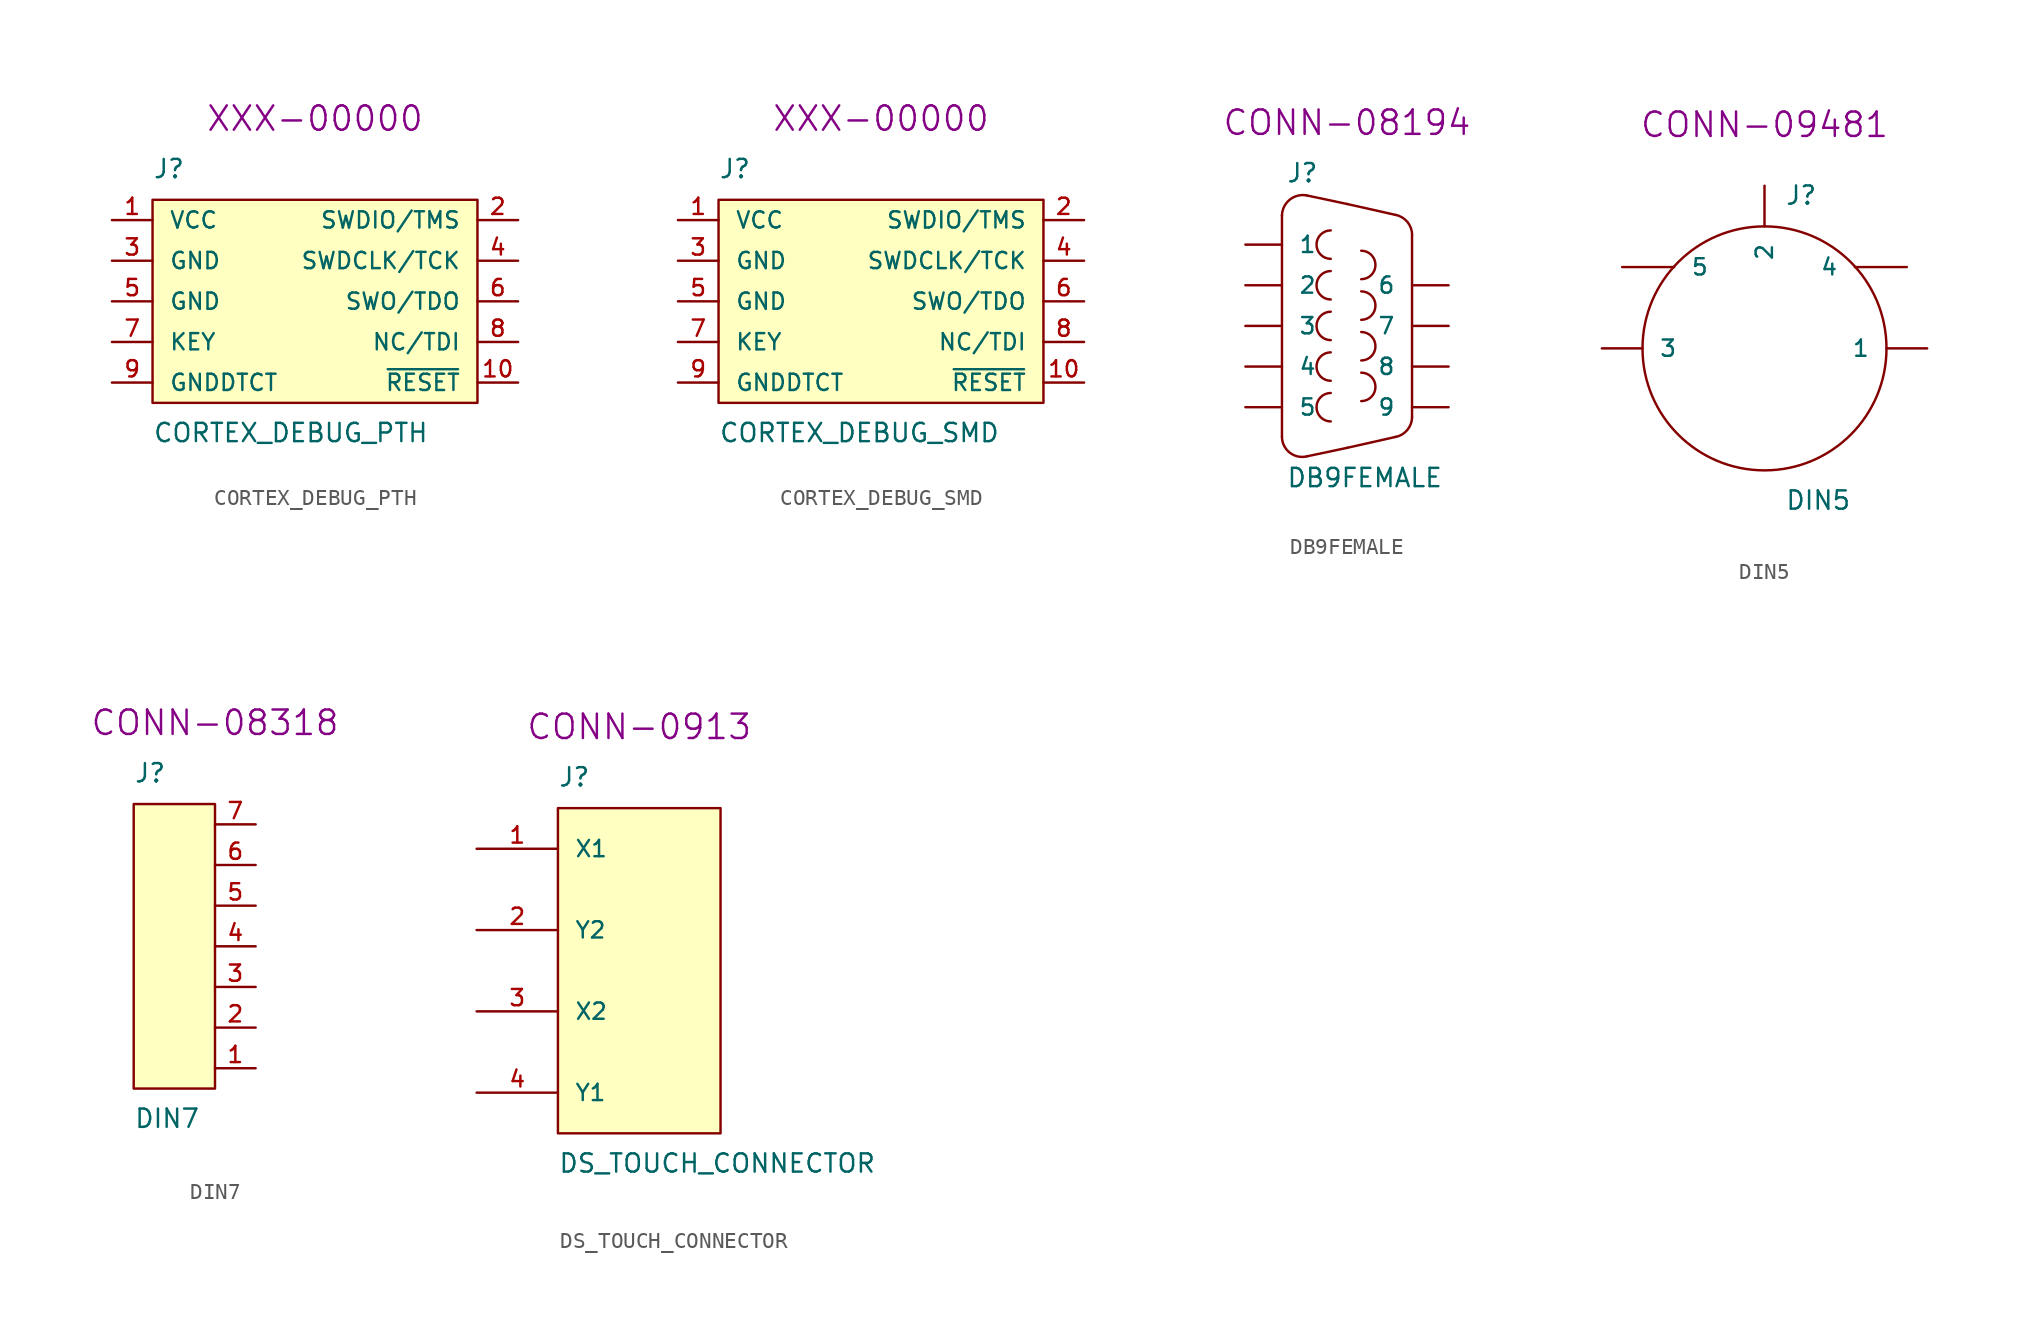
<source format=kicad_sym>
(kicad_symbol_lib
  (version 20220914)
  (generator kicad_symbol_editor)
  (symbol "CORTEX_DEBUG_PTH"
    (pin_names
      (offset 1.016))
    (property "Reference" "J"
      (at -10.16 7.62 0)
      (effects (font (size 1.143 1.143)) (justify left bottom)))
    (property "Value" "CORTEX_DEBUG_PTH"
      (at -10.16 -8.89 0)
      (effects (font (size 1.143 1.143)) (justify left bottom)))
    (property "Field4" "XXX-00000"
      (at 0 11.43 0)
      (effects (font (size 1.524 1.524))))
    (property "ki_locked" ""
      (at 0 0 0)
      (effects (font (size 1.27 1.27))))
    (symbol "CORTEX_DEBUG_PTH_1_1"
      (polyline (pts (xy -10.16 -6.35) (xy -10.16 6.35) (xy 10.16 6.35) (xy 10.16 -6.35) (xy -10.16 -6.35)) (stroke (width 0) (type solid)) (fill (type background)))
      (pin bidirectional line (at -12.7 5.08 0) (length 2.54) (name "VCC" (effects (font (size 1.016 1.016)))) (number "1" (effects (font (size 1.016 1.016)))))
      (pin bidirectional line (at 12.7 -5.08 180) (length 2.54) (name "~{RESET}" (effects (font (size 1.016 1.016)))) (number "10" (effects (font (size 1.016 1.016)))))
      (pin bidirectional line (at 12.7 5.08 180) (length 2.54) (name "SWDIO/TMS" (effects (font (size 1.016 1.016)))) (number "2" (effects (font (size 1.016 1.016)))))
      (pin bidirectional line (at -12.7 2.54 0) (length 2.54) (name "GND" (effects (font (size 1.016 1.016)))) (number "3" (effects (font (size 1.016 1.016)))))
      (pin bidirectional line (at 12.7 2.54 180) (length 2.54) (name "SWDCLK/TCK" (effects (font (size 1.016 1.016)))) (number "4" (effects (font (size 1.016 1.016)))))
      (pin bidirectional line (at -12.7 0 0) (length 2.54) (name "GND" (effects (font (size 1.016 1.016)))) (number "5" (effects (font (size 1.016 1.016)))))
      (pin bidirectional line (at 12.7 0 180) (length 2.54) (name "SWO/TDO" (effects (font (size 1.016 1.016)))) (number "6" (effects (font (size 1.016 1.016)))))
      (pin bidirectional line (at -12.7 -2.54 0) (length 2.54) (name "KEY" (effects (font (size 1.016 1.016)))) (number "7" (effects (font (size 1.016 1.016)))))
      (pin bidirectional line (at 12.7 -2.54 180) (length 2.54) (name "NC/TDI" (effects (font (size 1.016 1.016)))) (number "8" (effects (font (size 1.016 1.016)))))
      (pin bidirectional line (at -12.7 -5.08 0) (length 2.54) (name "GNDDTCT" (effects (font (size 1.016 1.016)))) (number "9" (effects (font (size 1.016 1.016)))))))
  (symbol "CORTEX_DEBUG_SMD"
    (pin_names
      (offset 1.016))
    (property "Reference" "J"
      (at -10.16 7.62 0)
      (effects (font (size 1.143 1.143)) (justify left bottom)))
    (property "Value" "CORTEX_DEBUG_SMD"
      (at -10.16 -8.89 0)
      (effects (font (size 1.143 1.143)) (justify left bottom)))
    (property "Field4" "XXX-00000"
      (at 0 11.43 0)
      (effects (font (size 1.524 1.524))))
    (property "ki_locked" ""
      (at 0 0 0)
      (effects (font (size 1.27 1.27))))
    (symbol "CORTEX_DEBUG_SMD_1_1"
      (polyline (pts (xy -10.16 -6.35) (xy -10.16 6.35) (xy 10.16 6.35) (xy 10.16 -6.35) (xy -10.16 -6.35)) (stroke (width 0) (type solid)) (fill (type background)))
      (pin bidirectional line (at -12.7 5.08 0) (length 2.54) (name "VCC" (effects (font (size 1.016 1.016)))) (number "1" (effects (font (size 1.016 1.016)))))
      (pin bidirectional line (at 12.7 -5.08 180) (length 2.54) (name "~{RESET}" (effects (font (size 1.016 1.016)))) (number "10" (effects (font (size 1.016 1.016)))))
      (pin bidirectional line (at 12.7 5.08 180) (length 2.54) (name "SWDIO/TMS" (effects (font (size 1.016 1.016)))) (number "2" (effects (font (size 1.016 1.016)))))
      (pin bidirectional line (at -12.7 2.54 0) (length 2.54) (name "GND" (effects (font (size 1.016 1.016)))) (number "3" (effects (font (size 1.016 1.016)))))
      (pin bidirectional line (at 12.7 2.54 180) (length 2.54) (name "SWDCLK/TCK" (effects (font (size 1.016 1.016)))) (number "4" (effects (font (size 1.016 1.016)))))
      (pin bidirectional line (at -12.7 0 0) (length 2.54) (name "GND" (effects (font (size 1.016 1.016)))) (number "5" (effects (font (size 1.016 1.016)))))
      (pin bidirectional line (at 12.7 0 180) (length 2.54) (name "SWO/TDO" (effects (font (size 1.016 1.016)))) (number "6" (effects (font (size 1.016 1.016)))))
      (pin bidirectional line (at -12.7 -2.54 0) (length 2.54) (name "KEY" (effects (font (size 1.016 1.016)))) (number "7" (effects (font (size 1.016 1.016)))))
      (pin bidirectional line (at 12.7 -2.54 180) (length 2.54) (name "NC/TDI" (effects (font (size 1.016 1.016)))) (number "8" (effects (font (size 1.016 1.016)))))
      (pin bidirectional line (at -12.7 -5.08 0) (length 2.54) (name "GNDDTCT" (effects (font (size 1.016 1.016)))) (number "9" (effects (font (size 1.016 1.016)))))))
  (symbol "DB9FEMALE"
    (pin_numbers hide)
    (pin_names
      (offset 1.016))
    (property "Reference" "J"
      (at -3.81 8.89 0)
      (effects (font (size 1.143 1.143)) (justify left bottom)))
    (property "Value" "DB9FEMALE"
      (at -3.81 -10.16 0)
      (effects (font (size 1.143 1.143)) (justify left bottom)))
    (property "Field4" "CONN-08194"
      (at 0 12.7 0)
      (effects (font (size 1.524 1.524))))
    (property "ki_locked" ""
      (at 0 0 0)
      (effects (font (size 1.27 1.27))))
    (symbol "DB9FEMALE_1_0"
      (polyline (pts (xy -4.064 -6.909) (xy -4.064 6.909)) (stroke (width 0) (type solid)) (fill (type none)))
      (polyline (pts (xy -2.515 -8.153) (xy 0 -7.62)) (stroke (width 0) (type solid)) (fill (type none)))
      (polyline (pts (xy -2.515 8.153) (xy 0 7.62)) (stroke (width 0) (type solid)) (fill (type none)))
      (polyline (pts (xy 0 -7.62) (xy 3.048 -6.934)) (stroke (width 0) (type solid)) (fill (type none)))
      (polyline (pts (xy 0 7.62) (xy 3.048 6.934)) (stroke (width 0) (type solid)) (fill (type none)))
      (polyline (pts (xy 4.064 -5.69) (xy 4.064 5.69)) (stroke (width 0) (type solid)) (fill (type none))))
    (symbol "DB9FEMALE_1_1"
      (arc (start -4.064 -6.9088) (mid -3.5879 -7.9122) (end -2.5146 -8.1534) (stroke (width 0) (type solid)) (fill (type none)))
      (arc (start -2.5146 8.1534) (mid -3.572 7.8927) (end -4.064 6.9088) (stroke (width 0) (type solid)) (fill (type none)))
      (arc (start -1.016 -4.191) (mid -1.9012 -5.08) (end -1.016 -5.969) (stroke (width 0) (type solid)) (fill (type none)))
      (arc (start -1.016 -1.651) (mid -1.9012 -2.54) (end -1.016 -3.429) (stroke (width 0) (type solid)) (fill (type none)))
      (arc (start -1.016 0.889) (mid -1.9012 0) (end -1.016 -0.889) (stroke (width 0) (type solid)) (fill (type none)))
      (arc (start -1.016 3.429) (mid -1.9012 2.54) (end -1.016 1.651) (stroke (width 0) (type solid)) (fill (type none)))
      (arc (start -1.016 5.969) (mid -1.9012 5.08) (end -1.016 4.191) (stroke (width 0) (type solid)) (fill (type none)))
      (arc (start 0.889 -4.699) (mid 1.7742 -3.81) (end 0.889 -2.921) (stroke (width 0) (type solid)) (fill (type none)))
      (arc (start 0.889 -2.159) (mid 1.7742 -1.27) (end 0.889 -0.381) (stroke (width 0) (type solid)) (fill (type none)))
      (arc (start 0.889 0.381) (mid 1.7742 1.27) (end 0.889 2.159) (stroke (width 0) (type solid)) (fill (type none)))
      (arc (start 0.889 2.921) (mid 1.7742 3.81) (end 0.889 4.699) (stroke (width 0) (type solid)) (fill (type none)))
      (arc (start 3.048 -6.9342) (mid 3.7779 -6.493) (end 4.064 -5.6896) (stroke (width 0) (type solid)) (fill (type none)))
      (arc (start 4.064 5.6896) (mid 3.7777 6.4928) (end 3.048 6.9342) (stroke (width 0) (type solid)) (fill (type none)))
      (pin passive line (at -6.35 5.08 0) (length 2.286) (name "1" (effects (font (size 1.016 1.016)))) (number "1" (effects (font (size 1.016 1.016)))))
      (pin passive line (at -6.35 2.54 0) (length 2.286) (name "2" (effects (font (size 1.016 1.016)))) (number "2" (effects (font (size 1.016 1.016)))))
      (pin passive line (at -6.35 0 0) (length 2.286) (name "3" (effects (font (size 1.016 1.016)))) (number "3" (effects (font (size 1.016 1.016)))))
      (pin passive line (at -6.35 -2.54 0) (length 2.286) (name "4" (effects (font (size 1.016 1.016)))) (number "4" (effects (font (size 1.016 1.016)))))
      (pin passive line (at -6.35 -5.08 0) (length 2.286) (name "5" (effects (font (size 1.016 1.016)))) (number "5" (effects (font (size 1.016 1.016)))))
      (pin passive line (at 6.35 2.54 180) (length 2.286) (name "6" (effects (font (size 1.016 1.016)))) (number "6" (effects (font (size 1.016 1.016)))))
      (pin passive line (at 6.35 0 180) (length 2.286) (name "7" (effects (font (size 1.016 1.016)))) (number "7" (effects (font (size 1.016 1.016)))))
      (pin passive line (at 6.35 -2.54 180) (length 2.286) (name "8" (effects (font (size 1.016 1.016)))) (number "8" (effects (font (size 1.016 1.016)))))
      (pin passive line (at 6.35 -5.08 180) (length 2.286) (name "9" (effects (font (size 1.016 1.016)))) (number "9" (effects (font (size 1.016 1.016)))))))
  (symbol "DIN5"
    (pin_numbers hide)
    (pin_names
      (offset 1.016))
    (property "Reference" "J"
      (at 1.27 8.89 0)
      (effects (font (size 1.143 1.143)) (justify left bottom)))
    (property "Value" "DIN5"
      (at 1.27 -10.16 0)
      (effects (font (size 1.143 1.143)) (justify left bottom)))
    (property "Field4" "CONN-09481"
      (at 0 13.97 0)
      (effects (font (size 1.524 1.524))))
    (property "ki_locked" ""
      (at 0 0 0)
      (effects (font (size 1.27 1.27))))
    (symbol "DIN5_1_1"
      (circle (center 0 0) (radius 7.62) (stroke (width 0) (type solid)) (fill (type none)))
      (pin bidirectional line (at 10.16 0 180) (length 2.54) (name "1" (effects (font (size 1.016 1.016)))) (number "1" (effects (font (size 1.016 1.016)))))
      (pin bidirectional line (at 0 10.16 270) (length 2.54) (name "2" (effects (font (size 1.016 1.016)))) (number "2" (effects (font (size 1.016 1.016)))))
      (pin bidirectional line (at -10.16 0 0) (length 2.54) (name "3" (effects (font (size 1.016 1.016)))) (number "3" (effects (font (size 1.016 1.016)))))
      (pin bidirectional line (at 8.89 5.08 180) (length 3.251) (name "4" (effects (font (size 1.016 1.016)))) (number "4" (effects (font (size 1.016 1.016)))))
      (pin bidirectional line (at -8.89 5.08 0) (length 3.251) (name "5" (effects (font (size 1.016 1.016)))) (number "5" (effects (font (size 1.016 1.016)))))))
  (symbol "DIN7"
    (pin_names
      (offset 1.016) hide)
    (property "Reference" "J"
      (at -5.08 17.78 0)
      (effects (font (size 1.143 1.143)) (justify left bottom)))
    (property "Value" "DIN7"
      (at -5.08 -3.81 0)
      (effects (font (size 1.143 1.143)) (justify left bottom)))
    (property "Field4" "CONN-08318"
      (at 0 21.59 0)
      (effects (font (size 1.524 1.524))))
    (symbol "DIN7_1_1"
      (polyline (pts (xy 0 -1.27) (xy 0 16.51) (xy -5.08 16.51) (xy -5.08 -1.27) (xy 0 -1.27)) (stroke (width 0) (type solid)) (fill (type background)))
      (pin bidirectional line (at 2.54 0 180) (length 2.54) (name "1" (effects (font (size 1.016 1.016)))) (number "1" (effects (font (size 1.016 1.016)))))
      (pin bidirectional line (at 2.54 2.54 180) (length 2.54) (name "2" (effects (font (size 1.016 1.016)))) (number "2" (effects (font (size 1.016 1.016)))))
      (pin bidirectional line (at 2.54 5.08 180) (length 2.54) (name "3" (effects (font (size 1.016 1.016)))) (number "3" (effects (font (size 1.016 1.016)))))
      (pin bidirectional line (at 2.54 7.62 180) (length 2.54) (name "4" (effects (font (size 1.016 1.016)))) (number "4" (effects (font (size 1.016 1.016)))))
      (pin bidirectional line (at 2.54 10.16 180) (length 2.54) (name "5" (effects (font (size 1.016 1.016)))) (number "5" (effects (font (size 1.016 1.016)))))
      (pin bidirectional line (at 2.54 12.7 180) (length 2.54) (name "6" (effects (font (size 1.016 1.016)))) (number "6" (effects (font (size 1.016 1.016)))))
      (pin bidirectional line (at 2.54 15.24 180) (length 2.54) (name "7" (effects (font (size 1.016 1.016)))) (number "7" (effects (font (size 1.016 1.016)))))))
  (symbol "DS_TOUCH_CONNECTOR"
    (pin_names
      (offset 1.016))
    (property "Reference" "J"
      (at -5.08 11.43 0)
      (effects (font (size 1.143 1.143)) (justify left bottom)))
    (property "Value" "DS_TOUCH_CONNECTOR"
      (at -5.08 -12.7 0)
      (effects (font (size 1.143 1.143)) (justify left bottom)))
    (property "Field4" "CONN-0913"
      (at 0 15.24 0)
      (effects (font (size 1.524 1.524))))
    (property "ki_locked" ""
      (at 0 0 0)
      (effects (font (size 1.27 1.27))))
    (symbol "DS_TOUCH_CONNECTOR_1_1"
      (polyline (pts (xy -5.08 10.16) (xy -5.08 -10.16) (xy 5.08 -10.16) (xy 5.08 10.16) (xy -5.08 10.16)) (stroke (width 0) (type solid)) (fill (type background)))
      (pin bidirectional line (at -10.16 7.62 0) (length 5.08) (name "X1" (effects (font (size 1.016 1.016)))) (number "1" (effects (font (size 1.016 1.016)))))
      (pin bidirectional line (at -10.16 2.54 0) (length 5.08) (name "Y2" (effects (font (size 1.016 1.016)))) (number "2" (effects (font (size 1.016 1.016)))))
      (pin bidirectional line (at -10.16 -2.54 0) (length 5.08) (name "X2" (effects (font (size 1.016 1.016)))) (number "3" (effects (font (size 1.016 1.016)))))
      (pin bidirectional line (at -10.16 -7.62 0) (length 5.08) (name "Y1" (effects (font (size 1.016 1.016)))) (number "4" (effects (font (size 1.016 1.016))))))))
</source>
